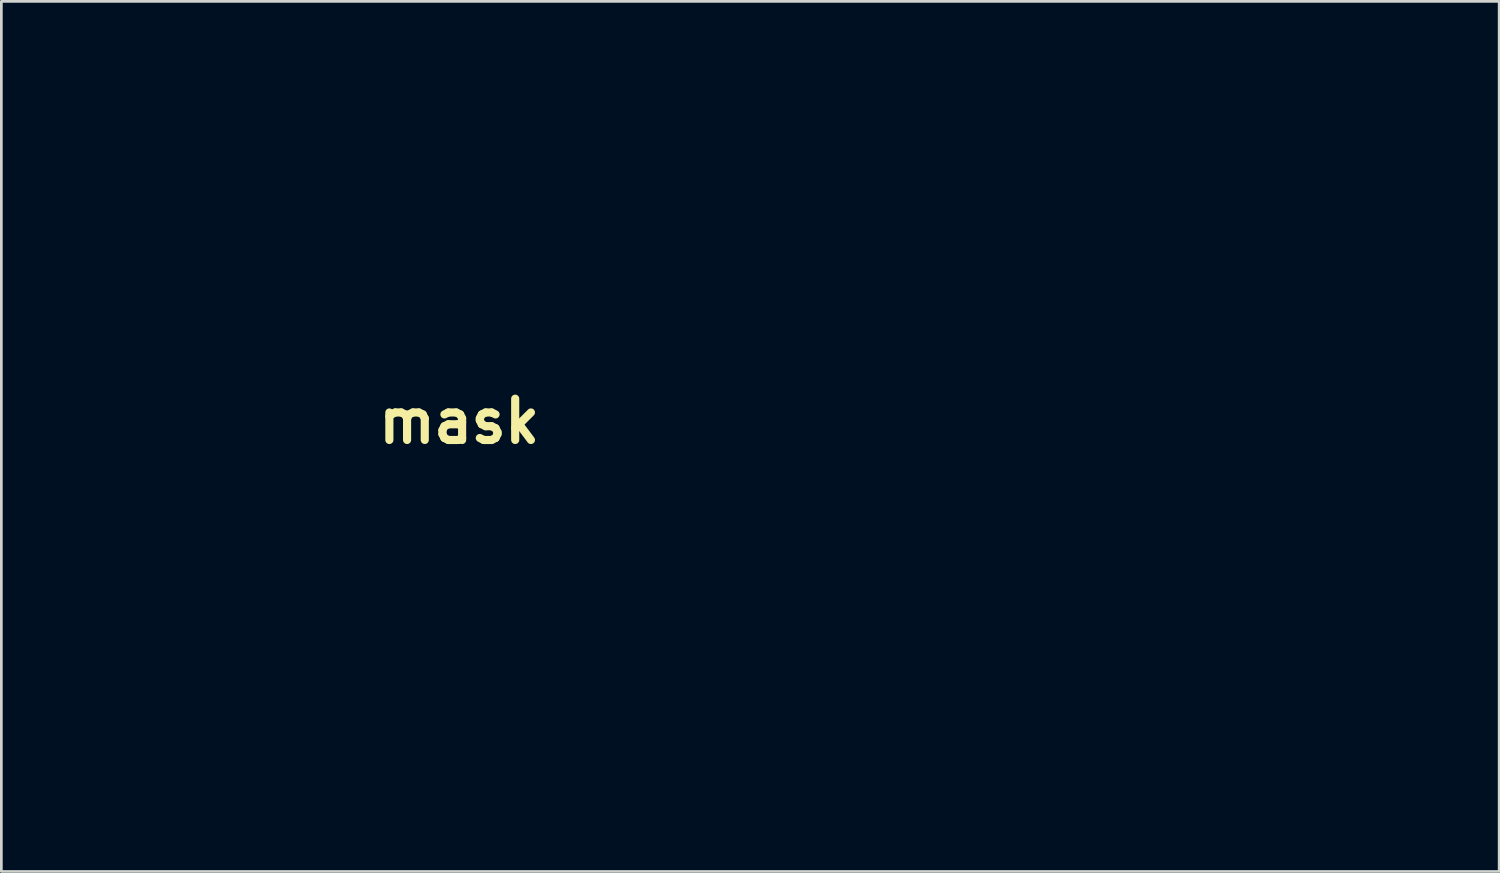
<source format=kicad_pcb>
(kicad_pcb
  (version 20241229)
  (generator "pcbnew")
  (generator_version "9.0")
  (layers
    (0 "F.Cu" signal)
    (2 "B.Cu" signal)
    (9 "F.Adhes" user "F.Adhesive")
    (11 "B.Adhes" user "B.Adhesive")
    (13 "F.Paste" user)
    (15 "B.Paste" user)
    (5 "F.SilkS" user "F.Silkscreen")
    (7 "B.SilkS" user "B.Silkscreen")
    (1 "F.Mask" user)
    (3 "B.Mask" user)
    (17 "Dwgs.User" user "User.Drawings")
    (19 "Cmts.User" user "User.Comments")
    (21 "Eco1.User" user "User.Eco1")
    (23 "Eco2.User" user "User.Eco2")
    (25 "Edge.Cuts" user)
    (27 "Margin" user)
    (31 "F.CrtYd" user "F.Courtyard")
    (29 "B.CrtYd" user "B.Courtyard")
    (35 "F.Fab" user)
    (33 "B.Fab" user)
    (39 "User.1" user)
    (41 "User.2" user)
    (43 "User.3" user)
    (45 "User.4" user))
  (footprint "mask"
    (layer "F.Cu")
    (at 13.9 12.502)
    (property "Reference" "mask" (at 0 0 0) (layer "F.SilkS") (effects (font (size 1.524 1.524) (thickness 0.3))))
    (attr through_hole)
    (fp_poly (pts (xy 4.724 -12.471) (xy 4.699 -12.446) (xy 4.674 -12.471) (xy 4.699 -12.497) (xy 4.724 -12.471)) (stroke (width 0.01) (type solid)) (fill yes) (layer "F.Mask"))
    (fp_poly (pts (xy 0.339 -1.226) (xy 0.649 -1.105) (xy 0.925 -0.903) (xy 1.154 -0.623) (xy 1.194 -0.555) (xy 1.28 -0.382) (xy 1.326 -0.229) (xy 1.342 -0.049) (xy 1.343 0.076) (xy 1.295 0.432) (xy 1.166 0.747) (xy 0.969 1.011) (xy 0.717 1.215) (xy 0.423 1.35) (xy 0.1 1.407) (xy -0.24 1.375) (xy -0.39 1.331) (xy -0.706 1.183) (xy -0.948 0.984) (xy -1.134 0.719) (xy -1.27 0.372) (xy -1.31 0.023) (xy -1.255 -0.317) (xy -1.107 -0.633) (xy -0.922 -0.861) (xy -0.634 -1.084) (xy -0.318 -1.218) (xy 0.012 -1.264) (xy 0.339 -1.226)) (stroke (width 0.01) (type solid)) (fill yes) (layer "F.Mask"))
    (fp_poly (pts (xy 4.772 -12.351) (xy 4.822 -12.247) (xy 4.884 -12.093) (xy 4.95 -11.91) (xy 5.011 -11.723) (xy 5.059 -11.553) (xy 5.074 -11.491) (xy 5.093 -11.347) (xy 5.11 -11.126) (xy 5.123 -10.853) (xy 5.13 -10.551) (xy 5.132 -10.373) (xy 5.135 -10.015) (xy 5.144 -9.748) (xy 5.161 -9.564) (xy 5.187 -9.454) (xy 5.223 -9.408) (xy 5.272 -9.416) (xy 5.273 -9.417) (xy 5.314 -9.471) (xy 5.394 -9.598) (xy 5.502 -9.784) (xy 5.631 -10.011) (xy 5.72 -10.173) (xy 5.997 -10.646) (xy 6.263 -11.022) (xy 6.52 -11.308) (xy 6.773 -11.508) (xy 6.86 -11.558) (xy 6.967 -11.607) (xy 6.993 -11.6) (xy 6.979 -11.578) (xy 6.704 -11.207) (xy 6.409 -10.768) (xy 6.109 -10.286) (xy 5.822 -9.787) (xy 5.563 -9.297) (xy 5.562 -9.294) (xy 5.438 -9.031) (xy 5.311 -8.731) (xy 5.187 -8.411) (xy 5.071 -8.088) (xy 4.968 -7.776) (xy 4.883 -7.493) (xy 4.823 -7.256) (xy 4.792 -7.079) (xy 4.795 -6.981) (xy 4.842 -6.927) (xy 4.933 -6.917) (xy 5.083 -6.954) (xy 5.305 -7.04) (xy 5.334 -7.053) (xy 5.476 -7.121) (xy 5.686 -7.233) (xy 5.947 -7.378) (xy 6.241 -7.546) (xy 6.551 -7.727) (xy 6.857 -7.909) (xy 7.143 -8.084) (xy 7.366 -8.224) (xy 7.493 -8.306) (xy 7.398 -8.153) (xy 7.248 -7.952) (xy 7.051 -7.755) (xy 6.798 -7.554) (xy 6.478 -7.345) (xy 6.083 -7.12) (xy 5.604 -6.873) (xy 5.418 -6.782) (xy 5.102 -6.627) (xy 4.858 -6.503) (xy 4.669 -6.397) (xy 4.514 -6.297) (xy 4.374 -6.191) (xy 4.231 -6.067) (xy 4.087 -5.932) (xy 3.609 -5.431) (xy 3.153 -4.855) (xy 2.738 -4.234) (xy 2.385 -3.595) (xy 2.341 -3.505) (xy 2.246 -3.294) (xy 2.191 -3.127) (xy 2.166 -2.961) (xy 2.16 -2.752) (xy 2.16 -2.743) (xy 2.169 -2.512) (xy 2.199 -2.338) (xy 2.26 -2.178) (xy 2.295 -2.106) (xy 2.484 -1.822) (xy 2.721 -1.581) (xy 2.986 -1.398) (xy 3.26 -1.287) (xy 3.448 -1.261) (xy 3.611 -1.276) (xy 3.851 -1.323) (xy 4.17 -1.404) (xy 4.571 -1.519) (xy 5.057 -1.67) (xy 5.63 -1.856) (xy 6.292 -2.08) (xy 6.943 -2.304) (xy 7.267 -2.407) (xy 7.606 -2.499) (xy 7.931 -2.572) (xy 8.217 -2.622) (xy 8.437 -2.642) (xy 8.449 -2.642) (xy 8.519 -2.651) (xy 8.595 -2.686) (xy 8.691 -2.757) (xy 8.819 -2.875) (xy 8.993 -3.05) (xy 9.165 -3.23) (xy 9.431 -3.504) (xy 9.642 -3.706) (xy 9.808 -3.845) (xy 9.938 -3.927) (xy 10.041 -3.961) (xy 10.067 -3.962) (xy 10.061 -3.929) (xy 9.994 -3.839) (xy 9.878 -3.706) (xy 9.748 -3.569) (xy 9.484 -3.292) (xy 9.291 -3.077) (xy 9.166 -2.919) (xy 9.103 -2.813) (xy 9.093 -2.772) (xy 9.141 -2.742) (xy 9.27 -2.716) (xy 9.462 -2.694) (xy 9.697 -2.676) (xy 9.955 -2.665) (xy 10.217 -2.66) (xy 10.463 -2.664) (xy 10.674 -2.676) (xy 10.792 -2.69) (xy 10.955 -2.729) (xy 11.104 -2.796) (xy 11.254 -2.901) (xy 11.418 -3.056) (xy 11.609 -3.272) (xy 11.839 -3.561) (xy 11.875 -3.607) (xy 12.128 -3.924) (xy 12.352 -4.186) (xy 12.54 -4.383) (xy 12.683 -4.507) (xy 12.724 -4.533) (xy 12.79 -4.565) (xy 12.79 -4.54) (xy 12.743 -4.465) (xy 12.684 -4.375) (xy 12.584 -4.222) (xy 12.457 -4.028) (xy 12.328 -3.831) (xy 12.082 -3.447) (xy 11.897 -3.131) (xy 11.771 -2.872) (xy 11.704 -2.659) (xy 11.694 -2.478) (xy 11.741 -2.32) (xy 11.843 -2.171) (xy 11.998 -2.02) (xy 12.138 -1.907) (xy 12.524 -1.558) (xy 12.815 -1.176) (xy 12.904 -1.016) (xy 12.944 -0.931) (xy 12.958 -0.886) (xy 12.935 -0.886) (xy 12.868 -0.939) (xy 12.748 -1.049) (xy 12.567 -1.223) (xy 12.491 -1.296) (xy 12.18 -1.587) (xy 11.914 -1.81) (xy 11.676 -1.98) (xy 11.447 -2.108) (xy 11.208 -2.208) (xy 11.147 -2.229) (xy 10.863 -2.312) (xy 10.568 -2.372) (xy 10.241 -2.411) (xy 9.858 -2.431) (xy 9.423 -2.437) (xy 9.009 -2.432) (xy 8.641 -2.413) (xy 8.3 -2.378) (xy 7.966 -2.321) (xy 7.621 -2.24) (xy 7.245 -2.129) (xy 6.819 -1.986) (xy 6.323 -1.805) (xy 6.226 -1.768) (xy 5.88 -1.638) (xy 5.494 -1.494) (xy 5.11 -1.35) (xy 4.766 -1.223) (xy 4.676 -1.189) (xy 4.333 -1.058) (xy 4.074 -0.947) (xy 3.888 -0.844) (xy 3.762 -0.738) (xy 3.683 -0.619) (xy 3.639 -0.476) (xy 3.619 -0.297) (xy 3.616 -0.24) (xy 3.611 -0.032) (xy 3.628 0.139) (xy 3.674 0.316) (xy 3.753 0.535) (xy 3.974 1.01) (xy 4.284 1.529) (xy 4.684 2.088) (xy 5.171 2.687) (xy 5.745 3.323) (xy 5.992 3.581) (xy 6.213 3.809) (xy 6.489 4.096) (xy 6.807 4.427) (xy 7.154 4.789) (xy 7.515 5.166) (xy 7.877 5.545) (xy 8.208 5.893) (xy 8.919 6.633) (xy 9.573 7.298) (xy 10.177 7.892) (xy 10.736 8.422) (xy 11.256 8.892) (xy 11.742 9.306) (xy 12.202 9.671) (xy 12.64 9.991) (xy 13.063 10.271) (xy 13.477 10.516) (xy 13.852 10.714) (xy 14.522 11) (xy 15.211 11.198) (xy 15.927 11.309) (xy 16.677 11.333) (xy 17.466 11.271) (xy 18.303 11.123) (xy 18.542 11.068) (xy 18.939 10.96) (xy 19.378 10.825) (xy 19.841 10.667) (xy 20.312 10.493) (xy 20.774 10.311) (xy 21.212 10.126) (xy 21.607 9.946) (xy 21.944 9.777) (xy 22.205 9.625) (xy 22.279 9.575) (xy 22.456 9.441) (xy 22.624 9.293) (xy 22.792 9.121) (xy 22.969 8.914) (xy 23.166 8.66) (xy 23.389 8.348) (xy 23.65 7.968) (xy 23.856 7.659) (xy 24.253 7.074) (xy 24.609 6.574) (xy 24.931 6.153) (xy 25.224 5.804) (xy 25.491 5.521) (xy 25.583 5.434) (xy 26.002 5.079) (xy 26.503 4.713) (xy 27.066 4.348) (xy 27.672 3.997) (xy 28.296 3.674) (xy 28.857 3.401) (xy 29.335 3.166) (xy 29.742 2.966) (xy 30.084 2.794) (xy 30.373 2.646) (xy 30.618 2.518) (xy 30.828 2.403) (xy 31.013 2.298) (xy 31.182 2.197) (xy 31.344 2.095) (xy 31.445 2.029) (xy 31.741 1.846) (xy 32.076 1.65) (xy 32.412 1.466) (xy 32.706 1.317) (xy 32.709 1.316) (xy 33.237 1.056) (xy 33.702 0.81) (xy 34.098 0.581) (xy 34.421 0.373) (xy 34.665 0.188) (xy 34.825 0.031) (xy 34.896 -0.096) (xy 34.9 -0.123) (xy 34.936 -0.242) (xy 35.022 -0.349) (xy 35.124 -0.405) (xy 35.141 -0.406) (xy 35.198 -0.361) (xy 35.248 -0.246) (xy 35.282 -0.095) (xy 35.291 0.06) (xy 35.283 0.13) (xy 35.252 0.246) (xy 35.194 0.294) (xy 35.074 0.305) (xy 35.061 0.305) (xy 34.949 0.319) (xy 34.816 0.368) (xy 34.643 0.461) (xy 34.411 0.607) (xy 34.39 0.62) (xy 34.15 0.772) (xy 33.895 0.925) (xy 33.665 1.056) (xy 33.553 1.115) (xy 33.355 1.224) (xy 33.241 1.31) (xy 33.199 1.383) (xy 33.198 1.395) (xy 33.233 1.5) (xy 33.342 1.57) (xy 33.533 1.606) (xy 33.812 1.612) (xy 33.917 1.608) (xy 34.285 1.568) (xy 34.577 1.494) (xy 34.786 1.388) (xy 34.905 1.253) (xy 34.907 1.249) (xy 35.004 1.121) (xy 35.125 1.085) (xy 35.252 1.144) (xy 35.27 1.161) (xy 35.337 1.283) (xy 35.376 1.464) (xy 35.386 1.666) (xy 35.365 1.854) (xy 35.313 1.992) (xy 35.294 2.015) (xy 35.236 2.063) (xy 35.181 2.062) (xy 35.102 2.002) (xy 35.029 1.933) (xy 34.852 1.762) (xy 33.695 1.772) (xy 33.274 1.777) (xy 32.942 1.786) (xy 32.687 1.8) (xy 32.499 1.818) (xy 32.363 1.842) (xy 32.309 1.857) (xy 32.16 1.921) (xy 31.983 2.016) (xy 31.804 2.126) (xy 31.649 2.236) (xy 31.542 2.328) (xy 31.509 2.374) (xy 31.519 2.432) (xy 31.596 2.482) (xy 31.749 2.526) (xy 31.984 2.566) (xy 32.31 2.604) (xy 32.454 2.618) (xy 32.743 2.649) (xy 33.019 2.685) (xy 33.255 2.722) (xy 33.424 2.757) (xy 33.456 2.766) (xy 33.655 2.845) (xy 33.886 2.965) (xy 34.115 3.106) (xy 34.308 3.248) (xy 34.412 3.345) (xy 34.525 3.436) (xy 34.64 3.439) (xy 34.782 3.354) (xy 34.784 3.353) (xy 34.94 3.265) (xy 35.063 3.269) (xy 35.148 3.365) (xy 35.156 3.384) (xy 35.178 3.539) (xy 35.149 3.714) (xy 35.082 3.879) (xy 34.989 4.005) (xy 34.883 4.063) (xy 34.867 4.064) (xy 34.801 4.025) (xy 34.711 3.925) (xy 34.663 3.858) (xy 34.561 3.735) (xy 34.402 3.58) (xy 34.215 3.419) (xy 34.128 3.352) (xy 33.926 3.207) (xy 33.737 3.092) (xy 33.544 3.003) (xy 33.331 2.935) (xy 33.08 2.883) (xy 32.774 2.843) (xy 32.396 2.811) (xy 32.07 2.789) (xy 31.764 2.769) (xy 31.513 2.756) (xy 31.301 2.752) (xy 31.113 2.761) (xy 30.936 2.786) (xy 30.753 2.833) (xy 30.551 2.904) (xy 30.314 3.002) (xy 30.028 3.132) (xy 29.678 3.298) (xy 29.286 3.485) (xy 28.765 3.736) (xy 28.329 3.952) (xy 27.97 4.14) (xy 27.679 4.306) (xy 27.449 4.454) (xy 27.272 4.591) (xy 27.138 4.723) (xy 27.041 4.856) (xy 26.97 4.994) (xy 26.92 5.145) (xy 26.918 5.151) (xy 26.876 5.481) (xy 26.911 5.863) (xy 27.02 6.288) (xy 27.2 6.746) (xy 27.447 7.227) (xy 27.759 7.722) (xy 27.776 7.747) (xy 28.025 8.098) (xy 28.282 8.445) (xy 28.539 8.779) (xy 28.788 9.09) (xy 29.021 9.368) (xy 29.229 9.604) (xy 29.404 9.787) (xy 29.538 9.908) (xy 29.623 9.956) (xy 29.629 9.957) (xy 29.716 9.942) (xy 29.877 9.9) (xy 30.09 9.839) (xy 30.331 9.764) (xy 30.349 9.759) (xy 30.638 9.673) (xy 30.946 9.594) (xy 31.233 9.531) (xy 31.42 9.499) (xy 31.671 9.46) (xy 31.841 9.42) (xy 31.949 9.368) (xy 32.017 9.296) (xy 32.059 9.208) (xy 32.139 9.091) (xy 32.243 9.053) (xy 32.33 9.089) (xy 32.394 9.193) (xy 32.436 9.354) (xy 32.446 9.527) (xy 32.433 9.62) (xy 32.368 9.744) (xy 32.262 9.776) (xy 32.123 9.718) (xy 32.023 9.671) (xy 31.894 9.649) (xy 31.719 9.653) (xy 31.481 9.682) (xy 31.166 9.738) (xy 31.09 9.753) (xy 30.673 9.845) (xy 30.356 9.942) (xy 30.136 10.043) (xy 30.009 10.152) (xy 29.974 10.269) (xy 30.028 10.397) (xy 30.111 10.488) (xy 30.272 10.609) (xy 30.511 10.751) (xy 30.806 10.902) (xy 31.138 11.052) (xy 31.315 11.124) (xy 31.541 11.208) (xy 31.718 11.254) (xy 31.89 11.271) (xy 32.077 11.268) (xy 32.436 11.252) (xy 32.451 11.493) (xy 32.451 11.658) (xy 32.415 11.769) (xy 32.339 11.861) (xy 32.178 11.966) (xy 32.058 11.989) (xy 31.966 11.98) (xy 31.909 11.94) (xy 31.873 11.845) (xy 31.843 11.673) (xy 31.841 11.659) (xy 31.831 11.621) (xy 31.806 11.583) (xy 31.756 11.541) (xy 31.67 11.487) (xy 31.536 11.415) (xy 31.344 11.321) (xy 31.084 11.197) (xy 30.745 11.037) (xy 30.667 11.001) (xy 30.329 10.838) (xy 30.037 10.684) (xy 29.78 10.53) (xy 29.547 10.363) (xy 29.325 10.174) (xy 29.103 9.952) (xy 28.869 9.686) (xy 28.612 9.366) (xy 28.32 8.98) (xy 28.048 8.611) (xy 27.675 8.082) (xy 27.368 7.61) (xy 27.12 7.178) (xy 26.925 6.772) (xy 26.775 6.38) (xy 26.661 5.986) (xy 26.64 5.894) (xy 26.586 5.662) (xy 26.539 5.466) (xy 26.504 5.329) (xy 26.485 5.271) (xy 26.408 5.235) (xy 26.275 5.273) (xy 26.094 5.38) (xy 25.872 5.552) (xy 25.617 5.782) (xy 25.466 5.931) (xy 25.163 6.259) (xy 24.87 6.62) (xy 24.57 7.033) (xy 24.249 7.52) (xy 24.235 7.542) (xy 23.838 8.138) (xy 23.449 8.664) (xy 23.073 9.118) (xy 22.714 9.492) (xy 22.377 9.781) (xy 22.068 9.981) (xy 22.017 10.006) (xy 21.034 10.451) (xy 20.119 10.825) (xy 19.271 11.128) (xy 18.493 11.358) (xy 17.785 11.517) (xy 17.678 11.535) (xy 17.093 11.596) (xy 16.46 11.595) (xy 15.813 11.535) (xy 15.182 11.42) (xy 14.6 11.252) (xy 14.536 11.23) (xy 14.129 11.068) (xy 13.728 10.883) (xy 13.327 10.671) (xy 12.921 10.427) (xy 12.503 10.147) (xy 12.069 9.825) (xy 11.613 9.457) (xy 11.128 9.039) (xy 10.609 8.565) (xy 10.05 8.031) (xy 9.445 7.433) (xy 8.79 6.765) (xy 8.077 6.024) (xy 7.972 5.913) (xy 7.487 5.409) (xy 7.028 4.942) (xy 6.601 4.519) (xy 6.212 4.144) (xy 5.866 3.824) (xy 5.569 3.563) (xy 5.327 3.368) (xy 5.147 3.243) (xy 5.144 3.242) (xy 4.865 3.113) (xy 4.506 3) (xy 4.087 2.908) (xy 3.632 2.843) (xy 3.093 2.815) (xy 2.572 2.844) (xy 2.079 2.926) (xy 1.627 3.057) (xy 1.225 3.233) (xy 0.884 3.448) (xy 0.616 3.7) (xy 0.431 3.984) (xy 0.388 4.091) (xy 0.308 4.385) (xy 0.238 4.763) (xy 0.181 5.208) (xy 0.138 5.703) (xy 0.124 5.944) (xy 0.111 6.299) (xy 0.114 6.574) (xy 0.139 6.788) (xy 0.192 6.96) (xy 0.277 7.112) (xy 0.4 7.262) (xy 0.501 7.368) (xy 0.611 7.471) (xy 0.726 7.565) (xy 0.861 7.658) (xy 1.033 7.76) (xy 1.256 7.879) (xy 1.545 8.024) (xy 1.805 8.152) (xy 2.125 8.311) (xy 2.436 8.47) (xy 2.718 8.618) (xy 2.952 8.746) (xy 3.119 8.844) (xy 3.149 8.863) (xy 3.327 8.985) (xy 3.509 9.122) (xy 3.679 9.26) (xy 3.82 9.383) (xy 3.916 9.478) (xy 3.948 9.53) (xy 3.946 9.533) (xy 3.897 9.517) (xy 3.779 9.457) (xy 3.609 9.364) (xy 3.404 9.246) (xy 3.398 9.242) (xy 2.946 8.984) (xy 2.489 8.741) (xy 2.047 8.523) (xy 1.642 8.34) (xy 1.294 8.202) (xy 1.221 8.177) (xy 0.873 8.075) (xy 0.6 8.032) (xy 0.394 8.05) (xy 0.244 8.129) (xy 0.142 8.272) (xy 0.097 8.397) (xy 0.035 8.648) (xy -0.035 8.963) (xy -0.109 9.324) (xy -0.185 9.716) (xy -0.259 10.121) (xy -0.329 10.522) (xy -0.392 10.902) (xy -0.443 11.244) (xy -0.482 11.531) (xy -0.504 11.747) (xy -0.508 11.838) (xy -0.498 11.966) (xy -0.462 12.091) (xy -0.392 12.226) (xy -0.278 12.383) (xy -0.114 12.572) (xy 0.11 12.808) (xy 0.367 13.064) (xy 0.599 13.3) (xy 0.754 13.47) (xy 0.832 13.574) (xy 0.832 13.614) (xy 0.754 13.588) (xy 0.635 13.519) (xy 0.533 13.445) (xy 0.382 13.321) (xy 0.203 13.166) (xy 0.081 13.056) (xy -0.227 12.795) (xy -0.488 12.622) (xy -0.708 12.532) (xy -0.89 12.525) (xy -0.9 12.527) (xy -1.018 12.578) (xy -1.171 12.672) (xy -1.27 12.747) (xy -1.434 12.874) (xy -1.6 12.991) (xy -1.676 13.041) (xy -1.801 13.102) (xy -1.98 13.174) (xy -2.183 13.247) (xy -2.378 13.309) (xy -2.534 13.35) (xy -2.607 13.36) (xy -2.592 13.336) (xy -2.505 13.271) (xy -2.363 13.176) (xy -2.258 13.11) (xy -1.906 12.877) (xy -1.584 12.636) (xy -1.313 12.403) (xy -1.113 12.195) (xy -1.101 12.18) (xy -1.042 12.097) (xy -0.991 11.999) (xy -0.945 11.87) (xy -0.898 11.692) (xy -0.844 11.447) (xy -0.782 11.14) (xy -0.636 10.362) (xy -0.517 9.638) (xy -0.422 8.944) (xy -0.35 8.257) (xy -0.299 7.553) (xy -0.265 6.807) (xy -0.246 5.997) (xy -0.242 5.537) (xy -0.24 5.052) (xy -0.241 4.657) (xy -0.246 4.342) (xy -0.258 4.094) (xy -0.277 3.902) (xy -0.306 3.755) (xy -0.346 3.642) (xy -0.4 3.551) (xy -0.467 3.471) (xy -0.551 3.391) (xy -0.559 3.384) (xy -0.826 3.204) (xy -1.134 3.093) (xy -1.458 3.057) (xy -1.769 3.1) (xy -1.925 3.159) (xy -2.166 3.311) (xy -2.441 3.543) (xy -2.74 3.844) (xy -3.055 4.203) (xy -3.378 4.607) (xy -3.699 5.047) (xy -4.01 5.509) (xy -4.301 5.982) (xy -4.565 6.455) (xy -4.791 6.917) (xy -4.803 6.942) (xy -4.896 7.145) (xy -4.975 7.312) (xy -5.031 7.422) (xy -5.05 7.455) (xy -5.068 7.428) (xy -5.078 7.326) (xy -5.08 7.255) (xy -5.043 6.965) (xy -4.933 6.619) (xy -4.756 6.229) (xy -4.652 6.035) (xy -4.54 5.826) (xy -4.483 5.689) (xy -4.476 5.613) (xy -4.488 5.596) (xy -4.567 5.565) (xy -4.713 5.534) (xy -4.865 5.512) (xy -5.051 5.48) (xy -5.208 5.433) (xy -5.286 5.392) (xy -5.328 5.354) (xy -5.327 5.329) (xy -5.27 5.314) (xy -5.142 5.305) (xy -4.928 5.3) (xy -4.905 5.299) (xy -4.665 5.288) (xy -4.458 5.265) (xy -4.313 5.234) (xy -4.283 5.223) (xy -4.201 5.156) (xy -4.077 5.021) (xy -3.922 4.832) (xy -3.752 4.606) (xy -3.711 4.55) (xy -3.501 4.269) (xy -3.253 3.96) (xy -3 3.661) (xy -2.782 3.421) (xy -2.585 3.212) (xy -2.448 3.06) (xy -2.361 2.947) (xy -2.312 2.859) (xy -2.291 2.779) (xy -2.286 2.692) (xy -2.303 2.538) (xy -2.357 2.365) (xy -2.458 2.157) (xy -2.612 1.898) (xy -2.73 1.714) (xy -2.883 1.503) (xy -3.014 1.378) (xy -3.141 1.332) (xy -3.278 1.358) (xy -3.396 1.419) (xy -3.503 1.478) (xy -3.682 1.572) (xy -3.912 1.692) (xy -4.176 1.825) (xy -4.381 1.928) (xy -4.688 2.078) (xy -4.981 2.213) (xy -5.271 2.339) (xy -5.568 2.458) (xy -5.883 2.573) (xy -6.226 2.687) (xy -6.607 2.805) (xy -7.037 2.929) (xy -7.526 3.063) (xy -8.085 3.21) (xy -8.723 3.373) (xy -9.347 3.53) (xy -9.806 3.645) (xy -10.179 3.741) (xy -10.478 3.825) (xy -10.713 3.903) (xy -10.899 3.982) (xy -11.045 4.068) (xy -11.164 4.17) (xy -11.269 4.292) (xy -11.37 4.442) (xy -11.48 4.626) (xy -11.567 4.775) (xy -11.816 5.193) (xy -12.031 5.531) (xy -12.211 5.786) (xy -12.353 5.955) (xy -12.428 6.02) (xy -12.523 6.074) (xy -12.573 6.088) (xy -12.573 6.087) (xy -12.557 6.039) (xy -12.5 5.926) (xy -12.413 5.772) (xy -12.394 5.74) (xy -12.27 5.524) (xy -12.203 5.373) (xy -12.192 5.269) (xy -12.24 5.192) (xy -12.348 5.122) (xy -12.436 5.078) (xy -12.653 4.957) (xy -12.772 4.846) (xy -12.801 4.764) (xy -12.76 4.761) (xy -12.654 4.794) (xy -12.569 4.828) (xy -12.307 4.917) (xy -12.102 4.929) (xy -11.94 4.862) (xy -11.807 4.711) (xy -11.761 4.629) (xy -11.666 4.461) (xy -11.542 4.257) (xy -11.433 4.089) (xy -11.331 3.928) (xy -11.258 3.792) (xy -11.227 3.708) (xy -11.227 3.705) (xy -11.26 3.618) (xy -11.365 3.502) (xy -11.547 3.353) (xy -11.812 3.164) (xy -11.913 3.097) (xy -12.122 2.956) (xy -12.328 2.812) (xy -12.497 2.692) (xy -12.542 2.658) (xy -12.693 2.558) (xy -12.837 2.505) (xy -13.004 2.494) (xy -13.222 2.521) (xy -13.359 2.548) (xy -13.6 2.58) (xy -13.778 2.56) (xy -13.794 2.555) (xy -13.873 2.526) (xy -13.887 2.504) (xy -13.826 2.481) (xy -13.678 2.448) (xy -13.654 2.442) (xy -13.394 2.369) (xy -13.234 2.278) (xy -13.174 2.171) (xy -13.215 2.048) (xy -13.356 1.909) (xy -13.509 1.806) (xy -13.669 1.703) (xy -13.799 1.611) (xy -13.866 1.552) (xy -13.895 1.505) (xy -13.855 1.501) (xy -13.773 1.522) (xy -13.495 1.636) (xy -13.18 1.823) (xy -12.843 2.075) (xy -12.717 2.182) (xy -12.35 2.497) (xy -12.039 2.748) (xy -11.769 2.948) (xy -11.526 3.106) (xy -11.295 3.232) (xy -11.278 3.241) (xy -11.091 3.33) (xy -10.946 3.385) (xy -10.807 3.414) (xy -10.636 3.425) (xy -10.414 3.425) (xy -9.987 3.399) (xy -9.524 3.324) (xy -9.33 3.282) (xy -8.683 3.124) (xy -8.023 2.948) (xy -7.367 2.76) (xy -6.735 2.565) (xy -6.145 2.369) (xy -5.614 2.177) (xy -5.162 1.996) (xy -5.086 1.963) (xy -4.783 1.823) (xy -4.469 1.667) (xy -4.162 1.503) (xy -3.881 1.343) (xy -3.643 1.198) (xy -3.468 1.076) (xy -3.395 1.015) (xy -3.279 0.844) (xy -2.59 0.844) (xy -2.571 0.926) (xy -2.523 1.052) (xy -2.461 1.189) (xy -2.4 1.305) (xy -2.355 1.367) (xy -2.347 1.37) (xy -2.282 1.358) (xy -2.15 1.328) (xy -2.007 1.295) (xy -1.702 1.222) (xy -1.425 1.497) (xy -1.149 1.773) (xy -1.215 2.108) (xy -1.244 2.283) (xy -1.255 2.416) (xy -1.246 2.479) (xy -1.183 2.516) (xy -1.063 2.572) (xy -0.926 2.631) (xy -0.809 2.675) (xy -0.757 2.69) (xy -0.716 2.652) (xy -0.641 2.55) (xy -0.568 2.438) (xy -0.411 2.184) (xy 0.461 2.184) (xy 0.619 2.438) (xy 0.707 2.574) (xy 0.773 2.666) (xy 0.798 2.692) (xy 0.853 2.674) (xy 0.971 2.627) (xy 1.075 2.582) (xy 1.221 2.516) (xy 1.294 2.463) (xy 1.313 2.396) (xy 1.298 2.29) (xy 1.256 2.057) (xy 1.235 1.897) (xy 1.243 1.786) (xy 1.283 1.698) (xy 1.362 1.606) (xy 1.469 1.501) (xy 1.726 1.249) (xy 2.022 1.311) (xy 2.19 1.343) (xy 2.319 1.366) (xy 2.372 1.372) (xy 2.413 1.33) (xy 2.477 1.226) (xy 2.547 1.093) (xy 2.607 0.961) (xy 2.64 0.864) (xy 2.642 0.846) (xy 2.602 0.808) (xy 2.499 0.736) (xy 2.388 0.665) (xy 2.134 0.509) (xy 2.134 -0.357) (xy 2.389 -0.514) (xy 2.523 -0.6) (xy 2.596 -0.67) (xy 2.612 -0.753) (xy 2.578 -0.876) (xy 2.505 -1.056) (xy 2.448 -1.17) (xy 2.384 -1.211) (xy 2.271 -1.202) (xy 2.257 -1.2) (xy 2.032 -1.159) (xy 1.88 -1.138) (xy 1.776 -1.145) (xy 1.692 -1.184) (xy 1.603 -1.263) (xy 1.484 -1.384) (xy 1.216 -1.657) (xy 1.292 -1.982) (xy 1.329 -2.149) (xy 1.352 -2.27) (xy 1.357 -2.318) (xy 1.303 -2.345) (xy 1.19 -2.391) (xy 1.051 -2.444) (xy 0.916 -2.492) (xy 0.819 -2.524) (xy 0.79 -2.529) (xy 0.76 -2.482) (xy 0.694 -2.374) (xy 0.632 -2.273) (xy 0.483 -2.032) (xy -0.385 -2.032) (xy -0.536 -2.285) (xy -0.626 -2.422) (xy -0.705 -2.514) (xy -0.745 -2.539) (xy -0.831 -2.52) (xy -0.96 -2.473) (xy -1.097 -2.412) (xy -1.21 -2.351) (xy -1.266 -2.306) (xy -1.268 -2.301) (xy -1.256 -2.233) (xy -1.227 -2.099) (xy -1.194 -1.958) (xy -1.158 -1.799) (xy -1.136 -1.689) (xy -1.134 -1.653) (xy -1.173 -1.62) (xy -1.267 -1.533) (xy -1.398 -1.41) (xy -1.429 -1.381) (xy -1.712 -1.111) (xy -2.03 -1.193) (xy -2.195 -1.233) (xy -2.316 -1.257) (xy -2.365 -1.259) (xy -2.406 -1.19) (xy -2.459 -1.066) (xy -2.513 -0.924) (xy -2.553 -0.796) (xy -2.567 -0.719) (xy -2.565 -0.711) (xy -2.511 -0.662) (xy -2.398 -0.582) (xy -2.311 -0.525) (xy -2.083 -0.381) (xy -2.083 0.053) (xy -2.083 0.487) (xy -2.336 0.637) (xy -2.473 0.728) (xy -2.565 0.806) (xy -2.59 0.844) (xy -3.279 0.844) (xy -3.255 0.808) (xy -3.159 0.513) (xy -3.108 0.127) (xy -3.099 -0.174) (xy -3.107 -0.516) (xy -3.138 -0.792) (xy -3.202 -1.014) (xy -3.31 -1.196) (xy -3.473 -1.349) (xy -3.701 -1.486) (xy -4.006 -1.619) (xy -4.396 -1.762) (xy -4.463 -1.785) (xy -4.741 -1.887) (xy -5.027 -2.003) (xy -5.284 -2.117) (xy -5.436 -2.192) (xy -5.706 -2.344) (xy -5.978 -2.51) (xy -6.24 -2.681) (xy -6.478 -2.847) (xy -6.68 -3) (xy -6.834 -3.13) (xy -6.926 -3.227) (xy -6.944 -3.284) (xy -6.942 -3.286) (xy -6.89 -3.273) (xy -6.768 -3.216) (xy -6.596 -3.125) (xy -6.392 -3.008) (xy -6.39 -3.007) (xy -5.788 -2.672) (xy -5.22 -2.396) (xy -4.699 -2.186) (xy -4.445 -2.102) (xy -4.216 -2.04) (xy -4.011 -1.999) (xy -3.793 -1.975) (xy -3.528 -1.964) (xy -3.353 -1.961) (xy -3.083 -1.96) (xy -2.89 -1.966) (xy -2.748 -1.981) (xy -2.632 -2.009) (xy -2.517 -2.055) (xy -2.426 -2.099) (xy -2.11 -2.311) (xy -1.846 -2.607) (xy -1.665 -2.925) (xy -1.571 -3.245) (xy -1.548 -3.626) (xy -1.596 -4.059) (xy -1.697 -4.47) (xy -1.933 -5.218) (xy -2.169 -5.88) (xy -2.411 -6.475) (xy -2.668 -7.018) (xy -2.947 -7.527) (xy -3.258 -8.017) (xy -3.606 -8.505) (xy -3.642 -8.552) (xy -3.748 -8.698) (xy -3.822 -8.811) (xy -3.848 -8.868) (xy -3.847 -8.87) (xy -3.789 -8.861) (xy -3.682 -8.783) (xy -3.539 -8.649) (xy -3.371 -8.47) (xy -3.19 -8.26) (xy -3.01 -8.03) (xy -3.004 -8.023) (xy -2.839 -7.808) (xy -2.68 -7.611) (xy -2.544 -7.454) (xy -2.448 -7.357) (xy -2.444 -7.353) (xy -2.215 -7.215) (xy -1.979 -7.177) (xy -1.738 -7.239) (xy -1.492 -7.401) (xy -1.245 -7.662) (xy -1.199 -7.722) (xy -1.079 -7.871) (xy -1.01 -7.934) (xy -0.994 -7.912) (xy -1.032 -7.804) (xy -1.12 -7.62) (xy -1.287 -7.384) (xy -1.55 -7.14) (xy -1.785 -6.969) (xy -1.921 -6.867) (xy -2.02 -6.774) (xy -2.051 -6.731) (xy -2.047 -6.659) (xy -2.018 -6.507) (xy -1.968 -6.293) (xy -1.903 -6.035) (xy -1.827 -5.751) (xy -1.744 -5.457) (xy -1.66 -5.171) (xy -1.579 -4.912) (xy -1.533 -4.775) (xy -1.333 -4.281) (xy -1.103 -3.869) (xy -0.849 -3.542) (xy -0.572 -3.306) (xy -0.308 -3.176) (xy -0.149 -3.132) (xy 0.014 -3.108) (xy 0.213 -3.104) (xy 0.479 -3.115) (xy 0.824 -3.144) (xy 1.113 -3.193) (xy 1.36 -3.272) (xy 1.582 -3.391) (xy 1.792 -3.559) (xy 2.007 -3.788) (xy 2.241 -4.087) (xy 2.486 -4.431) (xy 2.695 -4.73) (xy 2.931 -5.068) (xy 3.168 -5.404) (xy 3.378 -5.701) (xy 3.406 -5.74) (xy 3.771 -6.27) (xy 4.072 -6.74) (xy 4.315 -7.164) (xy 4.505 -7.554) (xy 4.65 -7.924) (xy 4.755 -8.287) (xy 4.825 -8.636) (xy 4.85 -8.868) (xy 4.868 -9.181) (xy 4.877 -9.552) (xy 4.88 -9.961) (xy 4.875 -10.386) (xy 4.862 -10.807) (xy 4.843 -11.203) (xy 4.817 -11.551) (xy 4.801 -11.705) (xy 4.773 -11.951) (xy 4.753 -12.158) (xy 4.742 -12.306) (xy 4.742 -12.377) (xy 4.743 -12.38) (xy 4.772 -12.351)) (stroke (width 0.01) (type solid)) (fill yes) (layer "F.Mask")))
  (gr_rect
    (start -3 -3)
    (end 52.291 29.12)
    (stroke (width 0.1) (type default))
    (fill no)
    (layer "Edge.Cuts")))
</source>
